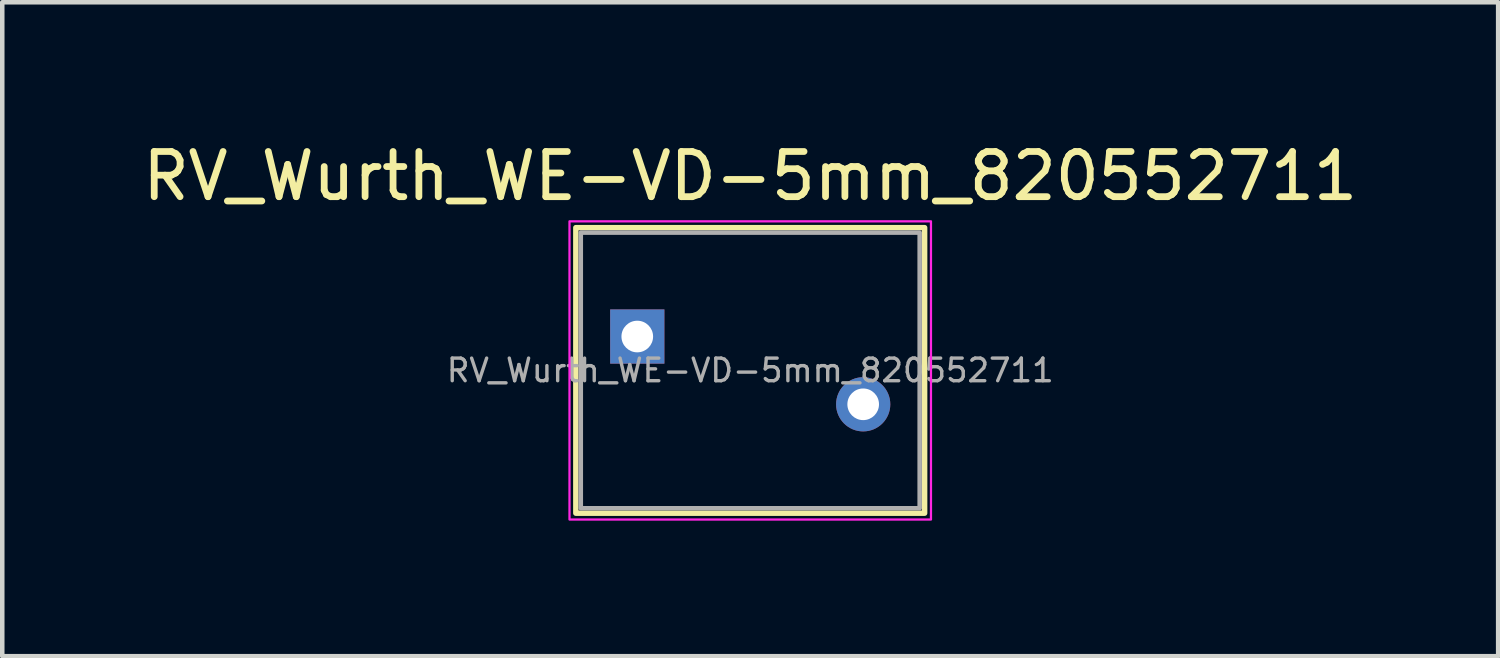
<source format=kicad_pcb>
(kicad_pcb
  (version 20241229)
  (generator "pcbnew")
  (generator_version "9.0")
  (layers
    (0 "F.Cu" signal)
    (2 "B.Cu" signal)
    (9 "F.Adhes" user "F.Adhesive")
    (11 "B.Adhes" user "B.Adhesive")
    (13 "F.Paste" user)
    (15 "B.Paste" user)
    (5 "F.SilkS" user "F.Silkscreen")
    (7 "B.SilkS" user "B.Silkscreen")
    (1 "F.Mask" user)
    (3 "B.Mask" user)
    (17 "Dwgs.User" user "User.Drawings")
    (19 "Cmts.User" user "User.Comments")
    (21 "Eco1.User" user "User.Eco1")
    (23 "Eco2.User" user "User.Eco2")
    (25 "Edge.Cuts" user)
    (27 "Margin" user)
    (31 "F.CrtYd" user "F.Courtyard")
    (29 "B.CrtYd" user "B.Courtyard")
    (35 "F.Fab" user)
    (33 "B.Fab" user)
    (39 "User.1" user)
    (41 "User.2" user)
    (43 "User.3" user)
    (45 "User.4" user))
  (footprint "RV_Wurth_WE-VD-5mm_820552711"
    (layer "F.Cu")
    (at 11.054 4.398)
    (property "Reference" "RV_Wurth_WE-VD-5mm_820552711" (at 2.5 -3.55 0) (unlocked yes) (layer "F.SilkS") (effects (font (size 1 1) (thickness 0.15))))
    (attr through_hole)
    (fp_rect (start -1.36 -2.41) (end 6.36 3.91) (stroke (width 0.12) (type solid)) (fill no) (layer "F.SilkS"))
    (fp_rect (start -1.5 -2.55) (end 6.5 4.05) (stroke (width 0.05) (type solid)) (fill no) (layer "F.CrtYd"))
    (fp_rect (start -1.25 -2.3) (end 6.25 3.8) (stroke (width 0.1) (type solid)) (fill no) (layer "F.Fab"))
    (fp_text user "${REFERENCE}" (at 2.5 0.75 0) (unlocked yes) (layer "F.Fab") (effects (font (size 0.5 0.5) (thickness 0.075))))
    (pad "1" thru_hole rect (at 0 0) (size 1.2 1.2) (drill 0.7) (layers "*.Cu" "*.Mask"))
    (pad "2" thru_hole circle (at 5 1.5) (size 1.2 1.2) (drill 0.7) (layers "*.Cu" "*.Mask")))
  (gr_rect
    (start -3 -3)
    (end 30.107 11.473)
    (stroke (width 0.1) (type default))
    (fill no)
    (layer "Edge.Cuts")))
</source>
